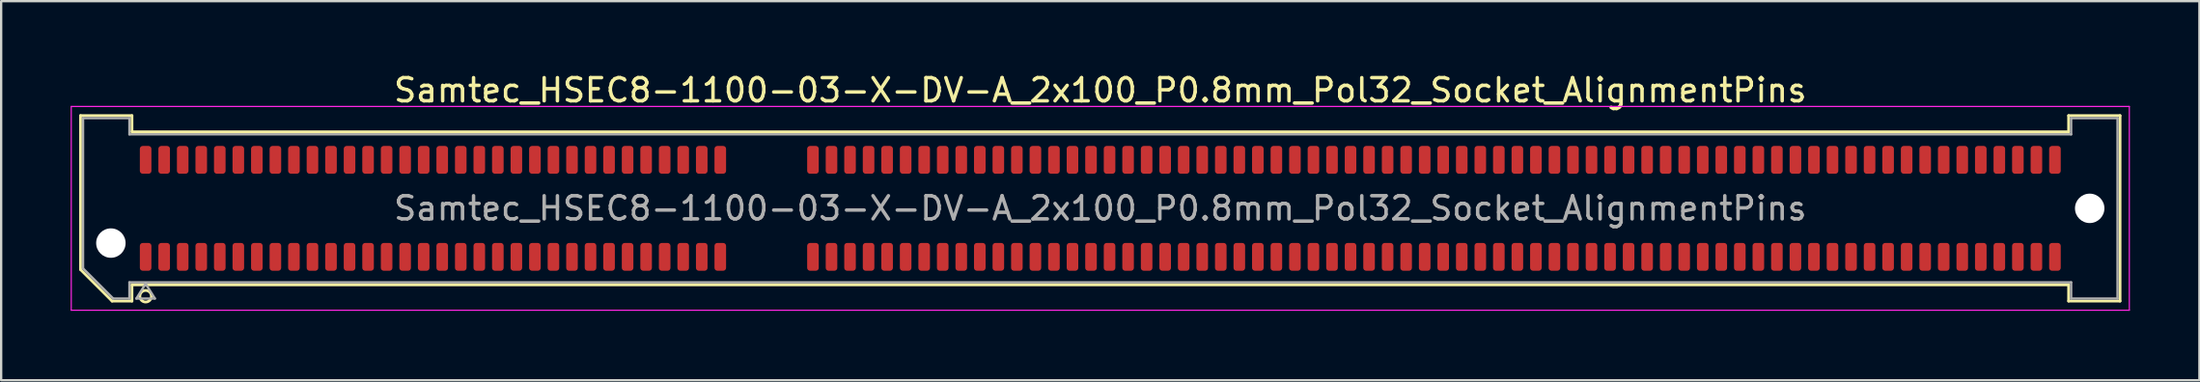
<source format=kicad_pcb>
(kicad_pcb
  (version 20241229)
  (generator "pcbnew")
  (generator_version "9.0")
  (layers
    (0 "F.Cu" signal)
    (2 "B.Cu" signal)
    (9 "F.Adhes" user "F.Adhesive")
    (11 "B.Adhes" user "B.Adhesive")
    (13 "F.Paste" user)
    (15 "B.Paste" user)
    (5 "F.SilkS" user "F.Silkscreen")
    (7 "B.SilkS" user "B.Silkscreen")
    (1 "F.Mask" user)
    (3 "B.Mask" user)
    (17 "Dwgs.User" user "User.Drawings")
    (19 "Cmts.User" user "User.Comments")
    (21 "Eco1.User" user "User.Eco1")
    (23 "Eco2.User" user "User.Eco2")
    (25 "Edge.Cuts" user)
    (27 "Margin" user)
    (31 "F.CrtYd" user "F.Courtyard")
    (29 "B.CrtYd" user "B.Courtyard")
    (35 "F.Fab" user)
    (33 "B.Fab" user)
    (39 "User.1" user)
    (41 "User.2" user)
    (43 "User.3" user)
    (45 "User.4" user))
  (footprint "Samtec_HSEC8-1100-03-X-DV-A_2x100_P0.8mm_Pol32_Socket_AlignmentPins"
    (layer "F.Cu")
    (at 44.435 5.948)
    (property "Reference" "Samtec_HSEC8-1100-03-X-DV-A_2x100_P0.8mm_Pol32_Socket_AlignmentPins" (at 0 -5.1 0) (layer "F.SilkS") (effects (font (size 1 1) (thickness 0.15))))
    (attr smd)
    (fp_line (start -44.01 -4.005) (end -41.79 -4.005) (stroke (width 0.12) (type solid)) (layer "F.SilkS"))
    (fp_line (start -44.01 2.641) (end -44.01 -4.005) (stroke (width 0.12) (type solid)) (layer "F.SilkS"))
    (fp_line (start -42.646 4.005) (end -44.01 2.641) (stroke (width 0.12) (type solid)) (layer "F.SilkS"))
    (fp_line (start -41.79 -4.005) (end -41.79 -3.305) (stroke (width 0.12) (type solid)) (layer "F.SilkS"))
    (fp_line (start -41.79 -3.305) (end 41.79 -3.305) (stroke (width 0.12) (type solid)) (layer "F.SilkS"))
    (fp_line (start -41.79 3.305) (end -41.79 4.005) (stroke (width 0.12) (type solid)) (layer "F.SilkS"))
    (fp_line (start -41.79 4.005) (end -42.646 4.005) (stroke (width 0.12) (type solid)) (layer "F.SilkS"))
    (fp_line (start 41.79 -4.005) (end 44.01 -4.005) (stroke (width 0.12) (type solid)) (layer "F.SilkS"))
    (fp_line (start 41.79 -3.305) (end 41.79 -4.005) (stroke (width 0.12) (type solid)) (layer "F.SilkS"))
    (fp_line (start 41.79 3.305) (end -41.79 3.305) (stroke (width 0.12) (type solid)) (layer "F.SilkS"))
    (fp_line (start 41.79 4.005) (end 41.79 3.305) (stroke (width 0.12) (type solid)) (layer "F.SilkS"))
    (fp_line (start 44.01 -4.005) (end 44.01 4.005) (stroke (width 0.12) (type solid)) (layer "F.SilkS"))
    (fp_line (start 44.01 4.005) (end 41.79 4.005) (stroke (width 0.12) (type solid)) (layer "F.SilkS"))
    (fp_arc (start -40.95 3.795) (mid -41.45 3.795) (end -40.95 3.795) (stroke (width 0.12) (type solid)) (layer "F.SilkS"))
    (fp_line (start -44.41 -4.4) (end -44.41 4.4) (stroke (width 0.05) (type solid)) (layer "F.CrtYd"))
    (fp_line (start -44.41 4.4) (end 44.41 4.4) (stroke (width 0.05) (type solid)) (layer "F.CrtYd"))
    (fp_line (start 44.41 -4.4) (end -44.41 -4.4) (stroke (width 0.05) (type solid)) (layer "F.CrtYd"))
    (fp_line (start 44.41 4.4) (end 44.41 -4.4) (stroke (width 0.05) (type solid)) (layer "F.CrtYd"))
    (fp_line (start -43.9 -3.895) (end -41.9 -3.895) (stroke (width 0.1) (type solid)) (layer "F.Fab"))
    (fp_line (start -43.9 2.595) (end -43.9 -3.895) (stroke (width 0.1) (type solid)) (layer "F.Fab"))
    (fp_line (start -42.6 3.895) (end -43.9 2.595) (stroke (width 0.1) (type solid)) (layer "F.Fab"))
    (fp_line (start -41.9 -3.895) (end -41.9 -3.195) (stroke (width 0.1) (type solid)) (layer "F.Fab"))
    (fp_line (start -41.9 -3.195) (end 41.9 -3.195) (stroke (width 0.1) (type solid)) (layer "F.Fab"))
    (fp_line (start -41.9 3.195) (end -41.9 3.895) (stroke (width 0.1) (type solid)) (layer "F.Fab"))
    (fp_line (start -41.9 3.895) (end -42.6 3.895) (stroke (width 0.1) (type solid)) (layer "F.Fab"))
    (fp_line (start -41.6 3.895) (end -41.2 3.255) (stroke (width 0.1) (type solid)) (layer "F.Fab"))
    (fp_line (start -41.2 3.255) (end -40.8 3.895) (stroke (width 0.1) (type solid)) (layer "F.Fab"))
    (fp_line (start -40.8 3.895) (end -41.6 3.895) (stroke (width 0.1) (type solid)) (layer "F.Fab"))
    (fp_line (start 41.9 -3.895) (end 43.9 -3.895) (stroke (width 0.1) (type solid)) (layer "F.Fab"))
    (fp_line (start 41.9 -3.195) (end 41.9 -3.895) (stroke (width 0.1) (type solid)) (layer "F.Fab"))
    (fp_line (start 41.9 3.195) (end -41.9 3.195) (stroke (width 0.1) (type solid)) (layer "F.Fab"))
    (fp_line (start 41.9 3.895) (end 41.9 3.195) (stroke (width 0.1) (type solid)) (layer "F.Fab"))
    (fp_line (start 43.9 -3.895) (end 43.9 3.895) (stroke (width 0.1) (type solid)) (layer "F.Fab"))
    (fp_line (start 43.9 3.895) (end 41.9 3.895) (stroke (width 0.1) (type solid)) (layer "F.Fab"))
    (fp_text user "${REFERENCE}" (at 0 0 0) (layer "F.Fab") (effects (font (size 1 1) (thickness 0.15))))
    (pad "" np_thru_hole circle (at -42.7 1.5) (size 1.27 1.27) (drill 1.27) (layers "*.Cu" "*.Mask"))
    (pad "" np_thru_hole circle (at 42.7 0) (size 1.27 1.27) (drill 1.27) (layers "*.Cu" "*.Mask"))
    (pad "1" smd roundrect (at -41.2 2.095) (size 0.5 1.2) (layers "F.Cu" "F.Mask" "F.Paste") (roundrect_rratio 0.25))
    (pad "2" smd roundrect (at -41.2 -2.095) (size 0.5 1.2) (layers "F.Cu" "F.Mask" "F.Paste") (roundrect_rratio 0.25))
    (pad "3" smd roundrect (at -40.4 2.095) (size 0.5 1.2) (layers "F.Cu" "F.Mask" "F.Paste") (roundrect_rratio 0.25))
    (pad "4" smd roundrect (at -40.4 -2.095) (size 0.5 1.2) (layers "F.Cu" "F.Mask" "F.Paste") (roundrect_rratio 0.25))
    (pad "5" smd roundrect (at -39.6 2.095) (size 0.5 1.2) (layers "F.Cu" "F.Mask" "F.Paste") (roundrect_rratio 0.25))
    (pad "6" smd roundrect (at -39.6 -2.095) (size 0.5 1.2) (layers "F.Cu" "F.Mask" "F.Paste") (roundrect_rratio 0.25))
    (pad "7" smd roundrect (at -38.8 2.095) (size 0.5 1.2) (layers "F.Cu" "F.Mask" "F.Paste") (roundrect_rratio 0.25))
    (pad "8" smd roundrect (at -38.8 -2.095) (size 0.5 1.2) (layers "F.Cu" "F.Mask" "F.Paste") (roundrect_rratio 0.25))
    (pad "9" smd roundrect (at -38 2.095) (size 0.5 1.2) (layers "F.Cu" "F.Mask" "F.Paste") (roundrect_rratio 0.25))
    (pad "10" smd roundrect (at -38 -2.095) (size 0.5 1.2) (layers "F.Cu" "F.Mask" "F.Paste") (roundrect_rratio 0.25))
    (pad "11" smd roundrect (at -37.2 2.095) (size 0.5 1.2) (layers "F.Cu" "F.Mask" "F.Paste") (roundrect_rratio 0.25))
    (pad "12" smd roundrect (at -37.2 -2.095) (size 0.5 1.2) (layers "F.Cu" "F.Mask" "F.Paste") (roundrect_rratio 0.25))
    (pad "13" smd roundrect (at -36.4 2.095) (size 0.5 1.2) (layers "F.Cu" "F.Mask" "F.Paste") (roundrect_rratio 0.25))
    (pad "14" smd roundrect (at -36.4 -2.095) (size 0.5 1.2) (layers "F.Cu" "F.Mask" "F.Paste") (roundrect_rratio 0.25))
    (pad "15" smd roundrect (at -35.6 2.095) (size 0.5 1.2) (layers "F.Cu" "F.Mask" "F.Paste") (roundrect_rratio 0.25))
    (pad "16" smd roundrect (at -35.6 -2.095) (size 0.5 1.2) (layers "F.Cu" "F.Mask" "F.Paste") (roundrect_rratio 0.25))
    (pad "17" smd roundrect (at -34.8 2.095) (size 0.5 1.2) (layers "F.Cu" "F.Mask" "F.Paste") (roundrect_rratio 0.25))
    (pad "18" smd roundrect (at -34.8 -2.095) (size 0.5 1.2) (layers "F.Cu" "F.Mask" "F.Paste") (roundrect_rratio 0.25))
    (pad "19" smd roundrect (at -34 2.095) (size 0.5 1.2) (layers "F.Cu" "F.Mask" "F.Paste") (roundrect_rratio 0.25))
    (pad "20" smd roundrect (at -34 -2.095) (size 0.5 1.2) (layers "F.Cu" "F.Mask" "F.Paste") (roundrect_rratio 0.25))
    (pad "21" smd roundrect (at -33.2 2.095) (size 0.5 1.2) (layers "F.Cu" "F.Mask" "F.Paste") (roundrect_rratio 0.25))
    (pad "22" smd roundrect (at -33.2 -2.095) (size 0.5 1.2) (layers "F.Cu" "F.Mask" "F.Paste") (roundrect_rratio 0.25))
    (pad "23" smd roundrect (at -32.4 2.095) (size 0.5 1.2) (layers "F.Cu" "F.Mask" "F.Paste") (roundrect_rratio 0.25))
    (pad "24" smd roundrect (at -32.4 -2.095) (size 0.5 1.2) (layers "F.Cu" "F.Mask" "F.Paste") (roundrect_rratio 0.25))
    (pad "25" smd roundrect (at -31.6 2.095) (size 0.5 1.2) (layers "F.Cu" "F.Mask" "F.Paste") (roundrect_rratio 0.25))
    (pad "26" smd roundrect (at -31.6 -2.095) (size 0.5 1.2) (layers "F.Cu" "F.Mask" "F.Paste") (roundrect_rratio 0.25))
    (pad "27" smd roundrect (at -30.8 2.095) (size 0.5 1.2) (layers "F.Cu" "F.Mask" "F.Paste") (roundrect_rratio 0.25))
    (pad "28" smd roundrect (at -30.8 -2.095) (size 0.5 1.2) (layers "F.Cu" "F.Mask" "F.Paste") (roundrect_rratio 0.25))
    (pad "29" smd roundrect (at -30 2.095) (size 0.5 1.2) (layers "F.Cu" "F.Mask" "F.Paste") (roundrect_rratio 0.25))
    (pad "30" smd roundrect (at -30 -2.095) (size 0.5 1.2) (layers "F.Cu" "F.Mask" "F.Paste") (roundrect_rratio 0.25))
    (pad "31" smd roundrect (at -29.2 2.095) (size 0.5 1.2) (layers "F.Cu" "F.Mask" "F.Paste") (roundrect_rratio 0.25))
    (pad "32" smd roundrect (at -29.2 -2.095) (size 0.5 1.2) (layers "F.Cu" "F.Mask" "F.Paste") (roundrect_rratio 0.25))
    (pad "33" smd roundrect (at -28.4 2.095) (size 0.5 1.2) (layers "F.Cu" "F.Mask" "F.Paste") (roundrect_rratio 0.25))
    (pad "34" smd roundrect (at -28.4 -2.095) (size 0.5 1.2) (layers "F.Cu" "F.Mask" "F.Paste") (roundrect_rratio 0.25))
    (pad "35" smd roundrect (at -27.6 2.095) (size 0.5 1.2) (layers "F.Cu" "F.Mask" "F.Paste") (roundrect_rratio 0.25))
    (pad "36" smd roundrect (at -27.6 -2.095) (size 0.5 1.2) (layers "F.Cu" "F.Mask" "F.Paste") (roundrect_rratio 0.25))
    (pad "37" smd roundrect (at -26.8 2.095) (size 0.5 1.2) (layers "F.Cu" "F.Mask" "F.Paste") (roundrect_rratio 0.25))
    (pad "38" smd roundrect (at -26.8 -2.095) (size 0.5 1.2) (layers "F.Cu" "F.Mask" "F.Paste") (roundrect_rratio 0.25))
    (pad "39" smd roundrect (at -26 2.095) (size 0.5 1.2) (layers "F.Cu" "F.Mask" "F.Paste") (roundrect_rratio 0.25))
    (pad "40" smd roundrect (at -26 -2.095) (size 0.5 1.2) (layers "F.Cu" "F.Mask" "F.Paste") (roundrect_rratio 0.25))
    (pad "41" smd roundrect (at -25.2 2.095) (size 0.5 1.2) (layers "F.Cu" "F.Mask" "F.Paste") (roundrect_rratio 0.25))
    (pad "42" smd roundrect (at -25.2 -2.095) (size 0.5 1.2) (layers "F.Cu" "F.Mask" "F.Paste") (roundrect_rratio 0.25))
    (pad "43" smd roundrect (at -24.4 2.095) (size 0.5 1.2) (layers "F.Cu" "F.Mask" "F.Paste") (roundrect_rratio 0.25))
    (pad "44" smd roundrect (at -24.4 -2.095) (size 0.5 1.2) (layers "F.Cu" "F.Mask" "F.Paste") (roundrect_rratio 0.25))
    (pad "45" smd roundrect (at -23.6 2.095) (size 0.5 1.2) (layers "F.Cu" "F.Mask" "F.Paste") (roundrect_rratio 0.25))
    (pad "46" smd roundrect (at -23.6 -2.095) (size 0.5 1.2) (layers "F.Cu" "F.Mask" "F.Paste") (roundrect_rratio 0.25))
    (pad "47" smd roundrect (at -22.8 2.095) (size 0.5 1.2) (layers "F.Cu" "F.Mask" "F.Paste") (roundrect_rratio 0.25))
    (pad "48" smd roundrect (at -22.8 -2.095) (size 0.5 1.2) (layers "F.Cu" "F.Mask" "F.Paste") (roundrect_rratio 0.25))
    (pad "49" smd roundrect (at -22 2.095) (size 0.5 1.2) (layers "F.Cu" "F.Mask" "F.Paste") (roundrect_rratio 0.25))
    (pad "50" smd roundrect (at -22 -2.095) (size 0.5 1.2) (layers "F.Cu" "F.Mask" "F.Paste") (roundrect_rratio 0.25))
    (pad "51" smd roundrect (at -21.2 2.095) (size 0.5 1.2) (layers "F.Cu" "F.Mask" "F.Paste") (roundrect_rratio 0.25))
    (pad "52" smd roundrect (at -21.2 -2.095) (size 0.5 1.2) (layers "F.Cu" "F.Mask" "F.Paste") (roundrect_rratio 0.25))
    (pad "53" smd roundrect (at -20.4 2.095) (size 0.5 1.2) (layers "F.Cu" "F.Mask" "F.Paste") (roundrect_rratio 0.25))
    (pad "54" smd roundrect (at -20.4 -2.095) (size 0.5 1.2) (layers "F.Cu" "F.Mask" "F.Paste") (roundrect_rratio 0.25))
    (pad "55" smd roundrect (at -19.6 2.095) (size 0.5 1.2) (layers "F.Cu" "F.Mask" "F.Paste") (roundrect_rratio 0.25))
    (pad "56" smd roundrect (at -19.6 -2.095) (size 0.5 1.2) (layers "F.Cu" "F.Mask" "F.Paste") (roundrect_rratio 0.25))
    (pad "57" smd roundrect (at -18.8 2.095) (size 0.5 1.2) (layers "F.Cu" "F.Mask" "F.Paste") (roundrect_rratio 0.25))
    (pad "58" smd roundrect (at -18.8 -2.095) (size 0.5 1.2) (layers "F.Cu" "F.Mask" "F.Paste") (roundrect_rratio 0.25))
    (pad "59" smd roundrect (at -18 2.095) (size 0.5 1.2) (layers "F.Cu" "F.Mask" "F.Paste") (roundrect_rratio 0.25))
    (pad "60" smd roundrect (at -18 -2.095) (size 0.5 1.2) (layers "F.Cu" "F.Mask" "F.Paste") (roundrect_rratio 0.25))
    (pad "61" smd roundrect (at -17.2 2.095) (size 0.5 1.2) (layers "F.Cu" "F.Mask" "F.Paste") (roundrect_rratio 0.25))
    (pad "62" smd roundrect (at -17.2 -2.095) (size 0.5 1.2) (layers "F.Cu" "F.Mask" "F.Paste") (roundrect_rratio 0.25))
    (pad "63" smd roundrect (at -16.4 2.095) (size 0.5 1.2) (layers "F.Cu" "F.Mask" "F.Paste") (roundrect_rratio 0.25))
    (pad "64" smd roundrect (at -16.4 -2.095) (size 0.5 1.2) (layers "F.Cu" "F.Mask" "F.Paste") (roundrect_rratio 0.25))
    (pad "65" smd roundrect (at -12.4 2.095) (size 0.5 1.2) (layers "F.Cu" "F.Mask" "F.Paste") (roundrect_rratio 0.25))
    (pad "66" smd roundrect (at -12.4 -2.095) (size 0.5 1.2) (layers "F.Cu" "F.Mask" "F.Paste") (roundrect_rratio 0.25))
    (pad "67" smd roundrect (at -11.6 2.095) (size 0.5 1.2) (layers "F.Cu" "F.Mask" "F.Paste") (roundrect_rratio 0.25))
    (pad "68" smd roundrect (at -11.6 -2.095) (size 0.5 1.2) (layers "F.Cu" "F.Mask" "F.Paste") (roundrect_rratio 0.25))
    (pad "69" smd roundrect (at -10.8 2.095) (size 0.5 1.2) (layers "F.Cu" "F.Mask" "F.Paste") (roundrect_rratio 0.25))
    (pad "70" smd roundrect (at -10.8 -2.095) (size 0.5 1.2) (layers "F.Cu" "F.Mask" "F.Paste") (roundrect_rratio 0.25))
    (pad "71" smd roundrect (at -10 2.095) (size 0.5 1.2) (layers "F.Cu" "F.Mask" "F.Paste") (roundrect_rratio 0.25))
    (pad "72" smd roundrect (at -10 -2.095) (size 0.5 1.2) (layers "F.Cu" "F.Mask" "F.Paste") (roundrect_rratio 0.25))
    (pad "73" smd roundrect (at -9.2 2.095) (size 0.5 1.2) (layers "F.Cu" "F.Mask" "F.Paste") (roundrect_rratio 0.25))
    (pad "74" smd roundrect (at -9.2 -2.095) (size 0.5 1.2) (layers "F.Cu" "F.Mask" "F.Paste") (roundrect_rratio 0.25))
    (pad "75" smd roundrect (at -8.4 2.095) (size 0.5 1.2) (layers "F.Cu" "F.Mask" "F.Paste") (roundrect_rratio 0.25))
    (pad "76" smd roundrect (at -8.4 -2.095) (size 0.5 1.2) (layers "F.Cu" "F.Mask" "F.Paste") (roundrect_rratio 0.25))
    (pad "77" smd roundrect (at -7.6 2.095) (size 0.5 1.2) (layers "F.Cu" "F.Mask" "F.Paste") (roundrect_rratio 0.25))
    (pad "78" smd roundrect (at -7.6 -2.095) (size 0.5 1.2) (layers "F.Cu" "F.Mask" "F.Paste") (roundrect_rratio 0.25))
    (pad "79" smd roundrect (at -6.8 2.095) (size 0.5 1.2) (layers "F.Cu" "F.Mask" "F.Paste") (roundrect_rratio 0.25))
    (pad "80" smd roundrect (at -6.8 -2.095) (size 0.5 1.2) (layers "F.Cu" "F.Mask" "F.Paste") (roundrect_rratio 0.25))
    (pad "81" smd roundrect (at -6 2.095) (size 0.5 1.2) (layers "F.Cu" "F.Mask" "F.Paste") (roundrect_rratio 0.25))
    (pad "82" smd roundrect (at -6 -2.095) (size 0.5 1.2) (layers "F.Cu" "F.Mask" "F.Paste") (roundrect_rratio 0.25))
    (pad "83" smd roundrect (at -5.2 2.095) (size 0.5 1.2) (layers "F.Cu" "F.Mask" "F.Paste") (roundrect_rratio 0.25))
    (pad "84" smd roundrect (at -5.2 -2.095) (size 0.5 1.2) (layers "F.Cu" "F.Mask" "F.Paste") (roundrect_rratio 0.25))
    (pad "85" smd roundrect (at -4.4 2.095) (size 0.5 1.2) (layers "F.Cu" "F.Mask" "F.Paste") (roundrect_rratio 0.25))
    (pad "86" smd roundrect (at -4.4 -2.095) (size 0.5 1.2) (layers "F.Cu" "F.Mask" "F.Paste") (roundrect_rratio 0.25))
    (pad "87" smd roundrect (at -3.6 2.095) (size 0.5 1.2) (layers "F.Cu" "F.Mask" "F.Paste") (roundrect_rratio 0.25))
    (pad "88" smd roundrect (at -3.6 -2.095) (size 0.5 1.2) (layers "F.Cu" "F.Mask" "F.Paste") (roundrect_rratio 0.25))
    (pad "89" smd roundrect (at -2.8 2.095) (size 0.5 1.2) (layers "F.Cu" "F.Mask" "F.Paste") (roundrect_rratio 0.25))
    (pad "90" smd roundrect (at -2.8 -2.095) (size 0.5 1.2) (layers "F.Cu" "F.Mask" "F.Paste") (roundrect_rratio 0.25))
    (pad "91" smd roundrect (at -2 2.095) (size 0.5 1.2) (layers "F.Cu" "F.Mask" "F.Paste") (roundrect_rratio 0.25))
    (pad "92" smd roundrect (at -2 -2.095) (size 0.5 1.2) (layers "F.Cu" "F.Mask" "F.Paste") (roundrect_rratio 0.25))
    (pad "93" smd roundrect (at -1.2 2.095) (size 0.5 1.2) (layers "F.Cu" "F.Mask" "F.Paste") (roundrect_rratio 0.25))
    (pad "94" smd roundrect (at -1.2 -2.095) (size 0.5 1.2) (layers "F.Cu" "F.Mask" "F.Paste") (roundrect_rratio 0.25))
    (pad "95" smd roundrect (at -0.4 2.095) (size 0.5 1.2) (layers "F.Cu" "F.Mask" "F.Paste") (roundrect_rratio 0.25))
    (pad "96" smd roundrect (at -0.4 -2.095) (size 0.5 1.2) (layers "F.Cu" "F.Mask" "F.Paste") (roundrect_rratio 0.25))
    (pad "97" smd roundrect (at 0.4 2.095) (size 0.5 1.2) (layers "F.Cu" "F.Mask" "F.Paste") (roundrect_rratio 0.25))
    (pad "98" smd roundrect (at 0.4 -2.095) (size 0.5 1.2) (layers "F.Cu" "F.Mask" "F.Paste") (roundrect_rratio 0.25))
    (pad "99" smd roundrect (at 1.2 2.095) (size 0.5 1.2) (layers "F.Cu" "F.Mask" "F.Paste") (roundrect_rratio 0.25))
    (pad "100" smd roundrect (at 1.2 -2.095) (size 0.5 1.2) (layers "F.Cu" "F.Mask" "F.Paste") (roundrect_rratio 0.25))
    (pad "101" smd roundrect (at 2 2.095) (size 0.5 1.2) (layers "F.Cu" "F.Mask" "F.Paste") (roundrect_rratio 0.25))
    (pad "102" smd roundrect (at 2 -2.095) (size 0.5 1.2) (layers "F.Cu" "F.Mask" "F.Paste") (roundrect_rratio 0.25))
    (pad "103" smd roundrect (at 2.8 2.095) (size 0.5 1.2) (layers "F.Cu" "F.Mask" "F.Paste") (roundrect_rratio 0.25))
    (pad "104" smd roundrect (at 2.8 -2.095) (size 0.5 1.2) (layers "F.Cu" "F.Mask" "F.Paste") (roundrect_rratio 0.25))
    (pad "105" smd roundrect (at 3.6 2.095) (size 0.5 1.2) (layers "F.Cu" "F.Mask" "F.Paste") (roundrect_rratio 0.25))
    (pad "106" smd roundrect (at 3.6 -2.095) (size 0.5 1.2) (layers "F.Cu" "F.Mask" "F.Paste") (roundrect_rratio 0.25))
    (pad "107" smd roundrect (at 4.4 2.095) (size 0.5 1.2) (layers "F.Cu" "F.Mask" "F.Paste") (roundrect_rratio 0.25))
    (pad "108" smd roundrect (at 4.4 -2.095) (size 0.5 1.2) (layers "F.Cu" "F.Mask" "F.Paste") (roundrect_rratio 0.25))
    (pad "109" smd roundrect (at 5.2 2.095) (size 0.5 1.2) (layers "F.Cu" "F.Mask" "F.Paste") (roundrect_rratio 0.25))
    (pad "110" smd roundrect (at 5.2 -2.095) (size 0.5 1.2) (layers "F.Cu" "F.Mask" "F.Paste") (roundrect_rratio 0.25))
    (pad "111" smd roundrect (at 6 2.095) (size 0.5 1.2) (layers "F.Cu" "F.Mask" "F.Paste") (roundrect_rratio 0.25))
    (pad "112" smd roundrect (at 6 -2.095) (size 0.5 1.2) (layers "F.Cu" "F.Mask" "F.Paste") (roundrect_rratio 0.25))
    (pad "113" smd roundrect (at 6.8 2.095) (size 0.5 1.2) (layers "F.Cu" "F.Mask" "F.Paste") (roundrect_rratio 0.25))
    (pad "114" smd roundrect (at 6.8 -2.095) (size 0.5 1.2) (layers "F.Cu" "F.Mask" "F.Paste") (roundrect_rratio 0.25))
    (pad "115" smd roundrect (at 7.6 2.095) (size 0.5 1.2) (layers "F.Cu" "F.Mask" "F.Paste") (roundrect_rratio 0.25))
    (pad "116" smd roundrect (at 7.6 -2.095) (size 0.5 1.2) (layers "F.Cu" "F.Mask" "F.Paste") (roundrect_rratio 0.25))
    (pad "117" smd roundrect (at 8.4 2.095) (size 0.5 1.2) (layers "F.Cu" "F.Mask" "F.Paste") (roundrect_rratio 0.25))
    (pad "118" smd roundrect (at 8.4 -2.095) (size 0.5 1.2) (layers "F.Cu" "F.Mask" "F.Paste") (roundrect_rratio 0.25))
    (pad "119" smd roundrect (at 9.2 2.095) (size 0.5 1.2) (layers "F.Cu" "F.Mask" "F.Paste") (roundrect_rratio 0.25))
    (pad "120" smd roundrect (at 9.2 -2.095) (size 0.5 1.2) (layers "F.Cu" "F.Mask" "F.Paste") (roundrect_rratio 0.25))
    (pad "121" smd roundrect (at 10 2.095) (size 0.5 1.2) (layers "F.Cu" "F.Mask" "F.Paste") (roundrect_rratio 0.25))
    (pad "122" smd roundrect (at 10 -2.095) (size 0.5 1.2) (layers "F.Cu" "F.Mask" "F.Paste") (roundrect_rratio 0.25))
    (pad "123" smd roundrect (at 10.8 2.095) (size 0.5 1.2) (layers "F.Cu" "F.Mask" "F.Paste") (roundrect_rratio 0.25))
    (pad "124" smd roundrect (at 10.8 -2.095) (size 0.5 1.2) (layers "F.Cu" "F.Mask" "F.Paste") (roundrect_rratio 0.25))
    (pad "125" smd roundrect (at 11.6 2.095) (size 0.5 1.2) (layers "F.Cu" "F.Mask" "F.Paste") (roundrect_rratio 0.25))
    (pad "126" smd roundrect (at 11.6 -2.095) (size 0.5 1.2) (layers "F.Cu" "F.Mask" "F.Paste") (roundrect_rratio 0.25))
    (pad "127" smd roundrect (at 12.4 2.095) (size 0.5 1.2) (layers "F.Cu" "F.Mask" "F.Paste") (roundrect_rratio 0.25))
    (pad "128" smd roundrect (at 12.4 -2.095) (size 0.5 1.2) (layers "F.Cu" "F.Mask" "F.Paste") (roundrect_rratio 0.25))
    (pad "129" smd roundrect (at 13.2 2.095) (size 0.5 1.2) (layers "F.Cu" "F.Mask" "F.Paste") (roundrect_rratio 0.25))
    (pad "130" smd roundrect (at 13.2 -2.095) (size 0.5 1.2) (layers "F.Cu" "F.Mask" "F.Paste") (roundrect_rratio 0.25))
    (pad "131" smd roundrect (at 14 2.095) (size 0.5 1.2) (layers "F.Cu" "F.Mask" "F.Paste") (roundrect_rratio 0.25))
    (pad "132" smd roundrect (at 14 -2.095) (size 0.5 1.2) (layers "F.Cu" "F.Mask" "F.Paste") (roundrect_rratio 0.25))
    (pad "133" smd roundrect (at 14.8 2.095) (size 0.5 1.2) (layers "F.Cu" "F.Mask" "F.Paste") (roundrect_rratio 0.25))
    (pad "134" smd roundrect (at 14.8 -2.095) (size 0.5 1.2) (layers "F.Cu" "F.Mask" "F.Paste") (roundrect_rratio 0.25))
    (pad "135" smd roundrect (at 15.6 2.095) (size 0.5 1.2) (layers "F.Cu" "F.Mask" "F.Paste") (roundrect_rratio 0.25))
    (pad "136" smd roundrect (at 15.6 -2.095) (size 0.5 1.2) (layers "F.Cu" "F.Mask" "F.Paste") (roundrect_rratio 0.25))
    (pad "137" smd roundrect (at 16.4 2.095) (size 0.5 1.2) (layers "F.Cu" "F.Mask" "F.Paste") (roundrect_rratio 0.25))
    (pad "138" smd roundrect (at 16.4 -2.095) (size 0.5 1.2) (layers "F.Cu" "F.Mask" "F.Paste") (roundrect_rratio 0.25))
    (pad "139" smd roundrect (at 17.2 2.095) (size 0.5 1.2) (layers "F.Cu" "F.Mask" "F.Paste") (roundrect_rratio 0.25))
    (pad "140" smd roundrect (at 17.2 -2.095) (size 0.5 1.2) (layers "F.Cu" "F.Mask" "F.Paste") (roundrect_rratio 0.25))
    (pad "141" smd roundrect (at 18 2.095) (size 0.5 1.2) (layers "F.Cu" "F.Mask" "F.Paste") (roundrect_rratio 0.25))
    (pad "142" smd roundrect (at 18 -2.095) (size 0.5 1.2) (layers "F.Cu" "F.Mask" "F.Paste") (roundrect_rratio 0.25))
    (pad "143" smd roundrect (at 18.8 2.095) (size 0.5 1.2) (layers "F.Cu" "F.Mask" "F.Paste") (roundrect_rratio 0.25))
    (pad "144" smd roundrect (at 18.8 -2.095) (size 0.5 1.2) (layers "F.Cu" "F.Mask" "F.Paste") (roundrect_rratio 0.25))
    (pad "145" smd roundrect (at 19.6 2.095) (size 0.5 1.2) (layers "F.Cu" "F.Mask" "F.Paste") (roundrect_rratio 0.25))
    (pad "146" smd roundrect (at 19.6 -2.095) (size 0.5 1.2) (layers "F.Cu" "F.Mask" "F.Paste") (roundrect_rratio 0.25))
    (pad "147" smd roundrect (at 20.4 2.095) (size 0.5 1.2) (layers "F.Cu" "F.Mask" "F.Paste") (roundrect_rratio 0.25))
    (pad "148" smd roundrect (at 20.4 -2.095) (size 0.5 1.2) (layers "F.Cu" "F.Mask" "F.Paste") (roundrect_rratio 0.25))
    (pad "149" smd roundrect (at 21.2 2.095) (size 0.5 1.2) (layers "F.Cu" "F.Mask" "F.Paste") (roundrect_rratio 0.25))
    (pad "150" smd roundrect (at 21.2 -2.095) (size 0.5 1.2) (layers "F.Cu" "F.Mask" "F.Paste") (roundrect_rratio 0.25))
    (pad "151" smd roundrect (at 22 2.095) (size 0.5 1.2) (layers "F.Cu" "F.Mask" "F.Paste") (roundrect_rratio 0.25))
    (pad "152" smd roundrect (at 22 -2.095) (size 0.5 1.2) (layers "F.Cu" "F.Mask" "F.Paste") (roundrect_rratio 0.25))
    (pad "153" smd roundrect (at 22.8 2.095) (size 0.5 1.2) (layers "F.Cu" "F.Mask" "F.Paste") (roundrect_rratio 0.25))
    (pad "154" smd roundrect (at 22.8 -2.095) (size 0.5 1.2) (layers "F.Cu" "F.Mask" "F.Paste") (roundrect_rratio 0.25))
    (pad "155" smd roundrect (at 23.6 2.095) (size 0.5 1.2) (layers "F.Cu" "F.Mask" "F.Paste") (roundrect_rratio 0.25))
    (pad "156" smd roundrect (at 23.6 -2.095) (size 0.5 1.2) (layers "F.Cu" "F.Mask" "F.Paste") (roundrect_rratio 0.25))
    (pad "157" smd roundrect (at 24.4 2.095) (size 0.5 1.2) (layers "F.Cu" "F.Mask" "F.Paste") (roundrect_rratio 0.25))
    (pad "158" smd roundrect (at 24.4 -2.095) (size 0.5 1.2) (layers "F.Cu" "F.Mask" "F.Paste") (roundrect_rratio 0.25))
    (pad "159" smd roundrect (at 25.2 2.095) (size 0.5 1.2) (layers "F.Cu" "F.Mask" "F.Paste") (roundrect_rratio 0.25))
    (pad "160" smd roundrect (at 25.2 -2.095) (size 0.5 1.2) (layers "F.Cu" "F.Mask" "F.Paste") (roundrect_rratio 0.25))
    (pad "161" smd roundrect (at 26 2.095) (size 0.5 1.2) (layers "F.Cu" "F.Mask" "F.Paste") (roundrect_rratio 0.25))
    (pad "162" smd roundrect (at 26 -2.095) (size 0.5 1.2) (layers "F.Cu" "F.Mask" "F.Paste") (roundrect_rratio 0.25))
    (pad "163" smd roundrect (at 26.8 2.095) (size 0.5 1.2) (layers "F.Cu" "F.Mask" "F.Paste") (roundrect_rratio 0.25))
    (pad "164" smd roundrect (at 26.8 -2.095) (size 0.5 1.2) (layers "F.Cu" "F.Mask" "F.Paste") (roundrect_rratio 0.25))
    (pad "165" smd roundrect (at 27.6 2.095) (size 0.5 1.2) (layers "F.Cu" "F.Mask" "F.Paste") (roundrect_rratio 0.25))
    (pad "166" smd roundrect (at 27.6 -2.095) (size 0.5 1.2) (layers "F.Cu" "F.Mask" "F.Paste") (roundrect_rratio 0.25))
    (pad "167" smd roundrect (at 28.4 2.095) (size 0.5 1.2) (layers "F.Cu" "F.Mask" "F.Paste") (roundrect_rratio 0.25))
    (pad "168" smd roundrect (at 28.4 -2.095) (size 0.5 1.2) (layers "F.Cu" "F.Mask" "F.Paste") (roundrect_rratio 0.25))
    (pad "169" smd roundrect (at 29.2 2.095) (size 0.5 1.2) (layers "F.Cu" "F.Mask" "F.Paste") (roundrect_rratio 0.25))
    (pad "170" smd roundrect (at 29.2 -2.095) (size 0.5 1.2) (layers "F.Cu" "F.Mask" "F.Paste") (roundrect_rratio 0.25))
    (pad "171" smd roundrect (at 30 2.095) (size 0.5 1.2) (layers "F.Cu" "F.Mask" "F.Paste") (roundrect_rratio 0.25))
    (pad "172" smd roundrect (at 30 -2.095) (size 0.5 1.2) (layers "F.Cu" "F.Mask" "F.Paste") (roundrect_rratio 0.25))
    (pad "173" smd roundrect (at 30.8 2.095) (size 0.5 1.2) (layers "F.Cu" "F.Mask" "F.Paste") (roundrect_rratio 0.25))
    (pad "174" smd roundrect (at 30.8 -2.095) (size 0.5 1.2) (layers "F.Cu" "F.Mask" "F.Paste") (roundrect_rratio 0.25))
    (pad "175" smd roundrect (at 31.6 2.095) (size 0.5 1.2) (layers "F.Cu" "F.Mask" "F.Paste") (roundrect_rratio 0.25))
    (pad "176" smd roundrect (at 31.6 -2.095) (size 0.5 1.2) (layers "F.Cu" "F.Mask" "F.Paste") (roundrect_rratio 0.25))
    (pad "177" smd roundrect (at 32.4 2.095) (size 0.5 1.2) (layers "F.Cu" "F.Mask" "F.Paste") (roundrect_rratio 0.25))
    (pad "178" smd roundrect (at 32.4 -2.095) (size 0.5 1.2) (layers "F.Cu" "F.Mask" "F.Paste") (roundrect_rratio 0.25))
    (pad "179" smd roundrect (at 33.2 2.095) (size 0.5 1.2) (layers "F.Cu" "F.Mask" "F.Paste") (roundrect_rratio 0.25))
    (pad "180" smd roundrect (at 33.2 -2.095) (size 0.5 1.2) (layers "F.Cu" "F.Mask" "F.Paste") (roundrect_rratio 0.25))
    (pad "181" smd roundrect (at 34 2.095) (size 0.5 1.2) (layers "F.Cu" "F.Mask" "F.Paste") (roundrect_rratio 0.25))
    (pad "182" smd roundrect (at 34 -2.095) (size 0.5 1.2) (layers "F.Cu" "F.Mask" "F.Paste") (roundrect_rratio 0.25))
    (pad "183" smd roundrect (at 34.8 2.095) (size 0.5 1.2) (layers "F.Cu" "F.Mask" "F.Paste") (roundrect_rratio 0.25))
    (pad "184" smd roundrect (at 34.8 -2.095) (size 0.5 1.2) (layers "F.Cu" "F.Mask" "F.Paste") (roundrect_rratio 0.25))
    (pad "185" smd roundrect (at 35.6 2.095) (size 0.5 1.2) (layers "F.Cu" "F.Mask" "F.Paste") (roundrect_rratio 0.25))
    (pad "186" smd roundrect (at 35.6 -2.095) (size 0.5 1.2) (layers "F.Cu" "F.Mask" "F.Paste") (roundrect_rratio 0.25))
    (pad "187" smd roundrect (at 36.4 2.095) (size 0.5 1.2) (layers "F.Cu" "F.Mask" "F.Paste") (roundrect_rratio 0.25))
    (pad "188" smd roundrect (at 36.4 -2.095) (size 0.5 1.2) (layers "F.Cu" "F.Mask" "F.Paste") (roundrect_rratio 0.25))
    (pad "189" smd roundrect (at 37.2 2.095) (size 0.5 1.2) (layers "F.Cu" "F.Mask" "F.Paste") (roundrect_rratio 0.25))
    (pad "190" smd roundrect (at 37.2 -2.095) (size 0.5 1.2) (layers "F.Cu" "F.Mask" "F.Paste") (roundrect_rratio 0.25))
    (pad "191" smd roundrect (at 38 2.095) (size 0.5 1.2) (layers "F.Cu" "F.Mask" "F.Paste") (roundrect_rratio 0.25))
    (pad "192" smd roundrect (at 38 -2.095) (size 0.5 1.2) (layers "F.Cu" "F.Mask" "F.Paste") (roundrect_rratio 0.25))
    (pad "193" smd roundrect (at 38.8 2.095) (size 0.5 1.2) (layers "F.Cu" "F.Mask" "F.Paste") (roundrect_rratio 0.25))
    (pad "194" smd roundrect (at 38.8 -2.095) (size 0.5 1.2) (layers "F.Cu" "F.Mask" "F.Paste") (roundrect_rratio 0.25))
    (pad "195" smd roundrect (at 39.6 2.095) (size 0.5 1.2) (layers "F.Cu" "F.Mask" "F.Paste") (roundrect_rratio 0.25))
    (pad "196" smd roundrect (at 39.6 -2.095) (size 0.5 1.2) (layers "F.Cu" "F.Mask" "F.Paste") (roundrect_rratio 0.25))
    (pad "197" smd roundrect (at 40.4 2.095) (size 0.5 1.2) (layers "F.Cu" "F.Mask" "F.Paste") (roundrect_rratio 0.25))
    (pad "198" smd roundrect (at 40.4 -2.095) (size 0.5 1.2) (layers "F.Cu" "F.Mask" "F.Paste") (roundrect_rratio 0.25))
    (pad "199" smd roundrect (at 41.2 2.095) (size 0.5 1.2) (layers "F.Cu" "F.Mask" "F.Paste") (roundrect_rratio 0.25))
    (pad "200" smd roundrect (at 41.2 -2.095) (size 0.5 1.2) (layers "F.Cu" "F.Mask" "F.Paste") (roundrect_rratio 0.25)))
  (gr_rect
    (start -3 -3)
    (end 91.87 13.373)
    (stroke (width 0.1) (type default))
    (fill no)
    (layer "Edge.Cuts")))
</source>
